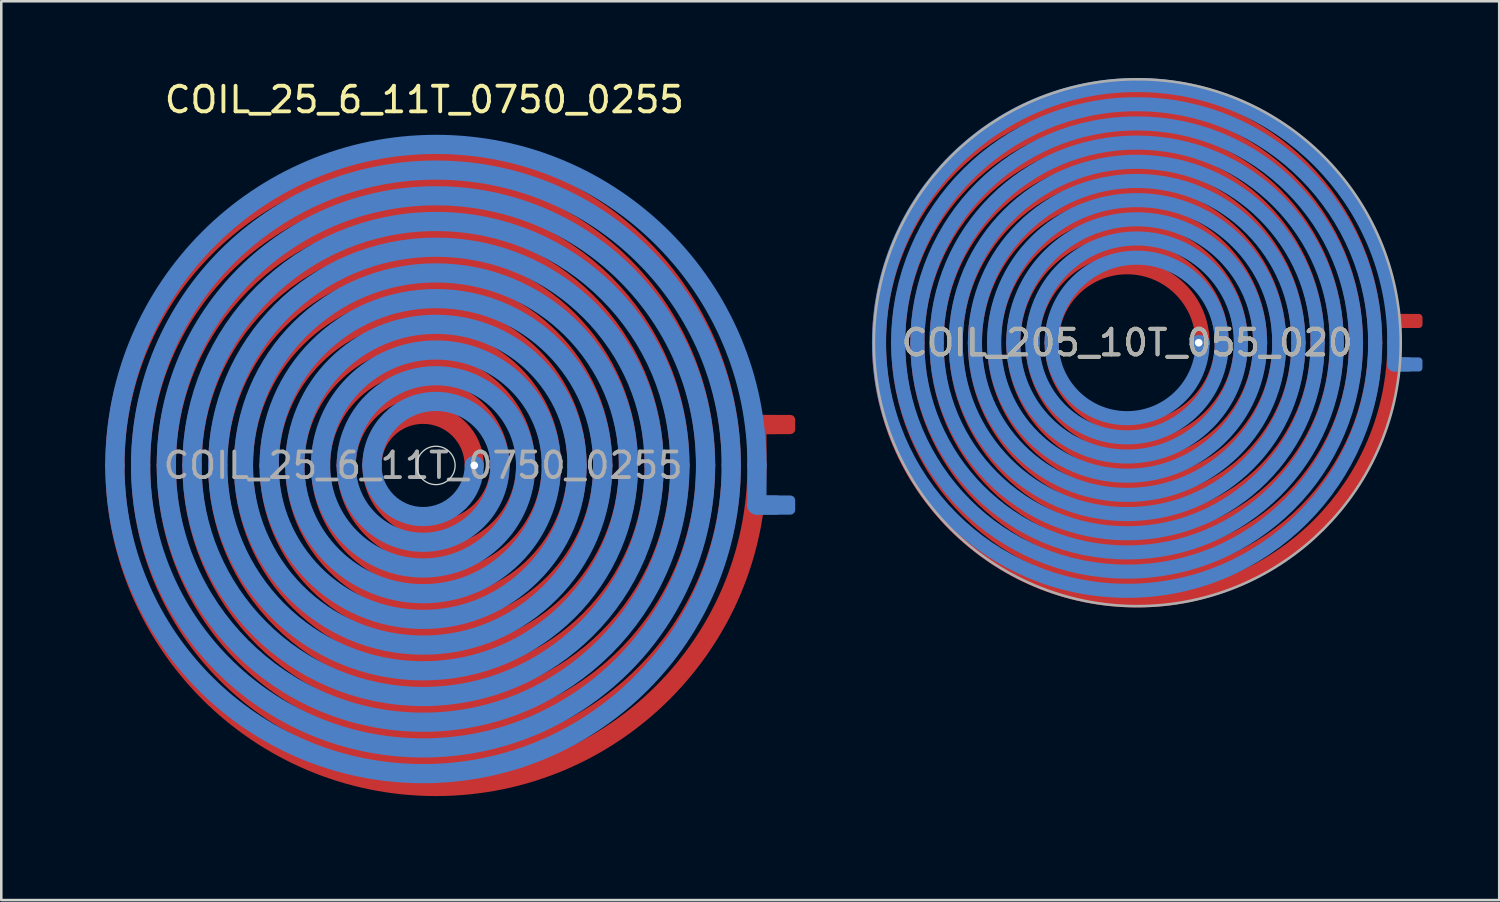
<source format=kicad_pcb>
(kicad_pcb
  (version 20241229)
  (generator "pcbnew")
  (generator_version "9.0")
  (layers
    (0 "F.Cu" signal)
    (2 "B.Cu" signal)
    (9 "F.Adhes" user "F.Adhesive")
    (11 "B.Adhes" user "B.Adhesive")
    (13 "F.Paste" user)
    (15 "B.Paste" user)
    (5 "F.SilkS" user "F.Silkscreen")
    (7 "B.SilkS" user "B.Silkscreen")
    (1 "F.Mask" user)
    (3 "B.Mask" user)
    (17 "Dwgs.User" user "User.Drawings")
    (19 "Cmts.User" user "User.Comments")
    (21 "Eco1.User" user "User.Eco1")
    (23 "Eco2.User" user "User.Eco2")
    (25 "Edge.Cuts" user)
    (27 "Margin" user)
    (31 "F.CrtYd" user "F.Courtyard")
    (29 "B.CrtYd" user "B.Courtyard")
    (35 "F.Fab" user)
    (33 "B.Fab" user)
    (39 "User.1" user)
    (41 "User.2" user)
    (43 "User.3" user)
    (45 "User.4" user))
  (footprint "COIL_25_6_11T_0750_0255"
    (layer "F.Cu")
    (at 13.995 15.148)
    (property "Reference" "COIL_25_6_11T_0750_0255" (at -0.453 -14.3 0) (unlocked yes) (layer "F.SilkS") (effects (font (size 1 1) (thickness 0.15))))
    (attr smd allow_missing_courtyard)
    (fp_line (start 12.547 -1.6) (end 13.297 -1.6) (stroke (width 0.75) (type default)) (layer "F.Cu"))
    (fp_line (start 12.553 0) (end 12.547 -1.6) (stroke (width 0.75) (type default)) (layer "F.Cu"))
    (fp_arc (start -12.5525 0) (mid -0.5025 -12.05) (end 11.5475 0) (stroke (width 0.75) (type default)) (layer "F.Cu"))
    (fp_arc (start -11.5475 0) (mid -0.5025 -11.045) (end 10.5425 0) (stroke (width 0.75) (type default)) (layer "F.Cu"))
    (fp_arc (start -10.5425 0) (mid -0.5025 -10.04) (end 9.5375 0) (stroke (width 0.75) (type default)) (layer "F.Cu"))
    (fp_arc (start -9.5375 0) (mid -0.5025 -9.035) (end 8.5325 0) (stroke (width 0.75) (type default)) (layer "F.Cu"))
    (fp_arc (start -8.5325 0) (mid -0.5025 -8.03) (end 7.5275 0) (stroke (width 0.75) (type default)) (layer "F.Cu"))
    (fp_arc (start -7.5275 0) (mid -0.5025 -7.025) (end 6.5225 0) (stroke (width 0.75) (type default)) (layer "F.Cu"))
    (fp_arc (start -6.5225 0) (mid -0.5025 -6.02) (end 5.5175 0) (stroke (width 0.75) (type default)) (layer "F.Cu"))
    (fp_arc (start -5.5175 0) (mid -0.5025 -5.015) (end 4.5125 0) (stroke (width 0.75) (type default)) (layer "F.Cu"))
    (fp_arc (start -4.5125 0) (mid -0.5025 -4.01) (end 3.5075 0) (stroke (width 0.75) (type default)) (layer "F.Cu"))
    (fp_arc (start -3.5075 0) (mid -0.5025 -3.005) (end 2.5025 0) (stroke (width 0.75) (type default)) (layer "F.Cu"))
    (fp_arc (start -2.5025 0) (mid -0.5025 -2) (end 1.4975 0) (stroke (width 0.75) (type default)) (layer "F.Cu"))
    (fp_arc (start 2.5025 0) (mid -0.0005 2.503) (end -2.5025 0) (stroke (width 0.75) (type default)) (layer "F.Cu"))
    (fp_arc (start 3.5075 0) (mid -0.0005 3.508) (end -3.5075 0) (stroke (width 0.75) (type default)) (layer "F.Cu"))
    (fp_arc (start 4.5125 0) (mid -0.0005 4.513) (end -4.5125 0) (stroke (width 0.75) (type default)) (layer "F.Cu"))
    (fp_arc (start 5.5175 0) (mid -0.0005 5.518) (end -5.5175 0) (stroke (width 0.75) (type default)) (layer "F.Cu"))
    (fp_arc (start 6.5225 0) (mid -0.0005 6.523) (end -6.5225 0) (stroke (width 0.75) (type default)) (layer "F.Cu"))
    (fp_arc (start 7.5275 0) (mid -0.0005 7.527) (end -7.5275 0) (stroke (width 0.75) (type default)) (layer "F.Cu"))
    (fp_arc (start 8.5325 0) (mid -0.0005 8.533) (end -8.5325 0) (stroke (width 0.75) (type default)) (layer "F.Cu"))
    (fp_arc (start 9.5375 0) (mid -0.0005 9.537) (end -9.5375 0) (stroke (width 0.75) (type default)) (layer "F.Cu"))
    (fp_arc (start 10.5425 0) (mid -0.0005 10.542) (end -10.5425 0) (stroke (width 0.75) (type default)) (layer "F.Cu"))
    (fp_arc (start 11.5475 0) (mid -0.0005 11.547) (end -11.5475 0) (stroke (width 0.75) (type default)) (layer "F.Cu"))
    (fp_arc (start 12.5525 0) (mid -0.0005 12.552) (end -12.5525 0) (stroke (width 0.75) (type default)) (layer "F.Cu"))
    (fp_line (start 12.547 1.55) (end 13.297 1.55) (stroke (width 0.75) (type default)) (layer "B.Cu"))
    (fp_line (start 12.553 0) (end 12.55 1.55) (stroke (width 0.75) (type default)) (layer "B.Cu"))
    (fp_arc (start -12.5525 0) (mid -0.0005 -12.552) (end 12.5525 0) (stroke (width 0.75) (type default)) (layer "B.Cu"))
    (fp_arc (start -11.5475 0) (mid -0.0005 -11.547) (end 11.5475 0) (stroke (width 0.75) (type default)) (layer "B.Cu"))
    (fp_arc (start -10.5425 0) (mid -0.0005 -10.542) (end 10.5425 0) (stroke (width 0.75) (type default)) (layer "B.Cu"))
    (fp_arc (start -9.5375 0) (mid -0.0005 -9.537) (end 9.5375 0) (stroke (width 0.75) (type default)) (layer "B.Cu"))
    (fp_arc (start -8.5325 0) (mid -0.0005 -8.533) (end 8.5325 0) (stroke (width 0.75) (type default)) (layer "B.Cu"))
    (fp_arc (start -7.5275 0) (mid -0.0005 -7.527) (end 7.5275 0) (stroke (width 0.75) (type default)) (layer "B.Cu"))
    (fp_arc (start -6.5225 0) (mid -0.0005 -6.523) (end 6.5225 0) (stroke (width 0.75) (type default)) (layer "B.Cu"))
    (fp_arc (start -5.5175 0) (mid -0.0005 -5.518) (end 5.5175 0) (stroke (width 0.75) (type default)) (layer "B.Cu"))
    (fp_arc (start -4.5125 0) (mid -0.0005 -4.513) (end 4.5125 0) (stroke (width 0.75) (type default)) (layer "B.Cu"))
    (fp_arc (start -3.5075 0) (mid -0.0005 -3.508) (end 3.5075 0) (stroke (width 0.75) (type default)) (layer "B.Cu"))
    (fp_arc (start -2.5025 0) (mid -0.0005 -2.503) (end 2.5025 0) (stroke (width 0.75) (type default)) (layer "B.Cu"))
    (fp_arc (start 1.4975 0) (mid -0.5025 2) (end -2.5025 0) (stroke (width 0.75) (type default)) (layer "B.Cu"))
    (fp_arc (start 2.5025 0) (mid -0.5025 3.005) (end -3.5075 0) (stroke (width 0.75) (type default)) (layer "B.Cu"))
    (fp_arc (start 3.5075 0) (mid -0.5025 4.01) (end -4.5125 0) (stroke (width 0.75) (type default)) (layer "B.Cu"))
    (fp_arc (start 4.5125 0) (mid -0.5025 5.015) (end -5.5175 0) (stroke (width 0.75) (type default)) (layer "B.Cu"))
    (fp_arc (start 5.5175 0) (mid -0.5025 6.02) (end -6.5225 0) (stroke (width 0.75) (type default)) (layer "B.Cu"))
    (fp_arc (start 6.5225 0) (mid -0.5025 7.025) (end -7.5275 0) (stroke (width 0.75) (type default)) (layer "B.Cu"))
    (fp_arc (start 7.5275 0) (mid -0.5025 8.03) (end -8.5325 0) (stroke (width 0.75) (type default)) (layer "B.Cu"))
    (fp_arc (start 8.5325 0) (mid -0.5025 9.035) (end -9.5375 0) (stroke (width 0.75) (type default)) (layer "B.Cu"))
    (fp_arc (start 9.5375 0) (mid -0.5025 10.04) (end -10.5425 0) (stroke (width 0.75) (type default)) (layer "B.Cu"))
    (fp_arc (start 10.5425 0) (mid -0.5025 11.045) (end -11.5475 0) (stroke (width 0.75) (type default)) (layer "B.Cu"))
    (fp_arc (start 11.5475 0) (mid -0.5025 12.05) (end -12.5525 0) (stroke (width 0.75) (type default)) (layer "B.Cu"))
    (fp_circle (center 0 0) (end 0.75 0) (stroke (width 0.05) (type default)) (fill no) (layer "Edge.Cuts"))
    (fp_text user "${REFERENCE}" (at -0.502 0 0) (unlocked yes) (layer "F.Fab") (effects (font (size 1 1) (thickness 0.15))))
    (pad "0" thru_hole circle (at 1.498 0) (size 0.6 0.6) (drill 0.3) (layers "*.Cu") (remove_unused_layers yes) (keep_end_layers yes) (zone_layer_connections))
    (pad "1" smd roundrect (at 13.297 -1.6) (size 1.5 0.75) (layers "F.Cu") (roundrect_rratio 0.25))
    (pad "2" smd roundrect (at 13.297 1.55) (size 1.5 0.75) (layers "B.Cu") (roundrect_rratio 0.25))
    (zone (net_name "") (layers "F.Cu" "B.Cu") (hatch edge 0.5) (connect_pads) (min_thickness 0.25) (filled_areas_thickness no) (keepout (tracks allowed) (vias allowed) (pads allowed) (copperpour not_allowed) (footprints allowed)) (placement (enabled no)) (fill) (polygon (pts (xy 27.99 14.782) (xy 27.952 14.05) (xy 27.875 13.321) (xy 27.761 12.597) (xy 27.608 11.88) (xy 27.419 11.172) (xy 27.192 10.475) (xy 26.93 9.791) (xy 26.631 9.121) (xy 26.299 8.468) (xy 25.932 7.833) (xy 25.533 7.219) (xy 25.102 6.626) (xy 24.641 6.056) (xy 24.15 5.511) (xy 23.632 4.993) (xy 23.087 4.503) (xy 22.518 4.041) (xy 21.925 3.61) (xy 21.31 3.211) (xy 20.675 2.845) (xy 20.022 2.512) (xy 19.353 2.214) (xy 18.668 1.951) (xy 17.971 1.725) (xy 17.263 1.535) (xy 16.547 1.383) (xy 15.823 1.268) (xy 15.094 1.191) (xy 14.362 1.153) (xy 13.629 1.153) (xy 12.897 1.191) (xy 12.168 1.268) (xy 11.444 1.383) (xy 10.727 1.535) (xy 10.019 1.725) (xy 9.322 1.951) (xy 8.638 2.214) (xy 7.968 2.512) (xy 7.315 2.845) (xy 6.68 3.211) (xy 6.066 3.61) (xy 5.473 4.041) (xy 4.903 4.503) (xy 4.358 4.993) (xy 3.84 5.511) (xy 3.35 6.056) (xy 2.888 6.626) (xy 2.457 7.219) (xy 2.058 7.833) (xy 1.692 8.468) (xy 1.359 9.121) (xy 1.061 9.791) (xy 0.798 10.475) (xy 0.572 11.172) (xy 0.382 11.88) (xy 0.23 12.597) (xy 0.115 13.321) (xy 0.038 14.05) (xy 0 14.782) (xy 0 15.515) (xy 0.038 16.247) (xy 0.115 16.976) (xy 0.23 17.7) (xy 0.382 18.416) (xy 0.572 19.124) (xy 0.798 19.822) (xy 1.061 20.506) (xy 1.359 21.175) (xy 1.692 21.828) (xy 2.058 22.463) (xy 2.457 23.078) (xy 2.888 23.671) (xy 3.35 24.241) (xy 3.84 24.785) (xy 4.358 25.303) (xy 4.903 25.794) (xy 5.473 26.255) (xy 6.066 26.686) (xy 6.68 27.085) (xy 7.315 27.452) (xy 7.968 27.784) (xy 8.638 28.083) (xy 9.322 28.345) (xy 10.019 28.572) (xy 10.727 28.761) (xy 11.444 28.914) (xy 12.168 29.028) (xy 12.897 29.105) (xy 13.629 29.143) (xy 14.362 29.143) (xy 15.094 29.105) (xy 15.823 29.028) (xy 16.547 28.914) (xy 17.263 28.761) (xy 17.971 28.572) (xy 18.668 28.345) (xy 19.353 28.083) (xy 20.022 27.784) (xy 20.675 27.452) (xy 21.31 27.085) (xy 21.925 26.686) (xy 22.518 26.255) (xy 23.087 25.794) (xy 23.632 25.303) (xy 24.15 24.785) (xy 24.641 24.241) (xy 25.102 23.671) (xy 25.533 23.078) (xy 25.932 22.463) (xy 26.299 21.828) (xy 26.631 21.175) (xy 26.93 20.506) (xy 27.192 19.822) (xy 27.419 19.124) (xy 27.608 18.416) (xy 27.761 17.7) (xy 27.875 16.976) (xy 27.952 16.247) (xy 27.99 15.515)))))
  (footprint "COIL_205_10T_055_020"
    (layer "F.Cu")
    (at 41.418 10.35)
    (property "Reference" "COIL_205_10T_055_020" (at -0.4 0 0) (unlocked yes) (layer "F.SilkS") (effects (font (size 1 1) (thickness 0.15))))
    (attr smd exclude_from_pos_files exclude_from_bom allow_missing_courtyard)
    (fp_line (start 2.55 0) (end 2.4 0) (stroke (width 0.55) (type default)) (layer "F.Cu"))
    (fp_line (start 10.05 -0.85) (end 10.6 -0.85) (stroke (width 0.55) (type default)) (layer "F.Cu"))
    (fp_line (start 10.05 0) (end 10.05 -0.85) (stroke (width 0.55) (type default)) (layer "F.Cu"))
    (fp_arc (start -10.1 0) (mid -0.4 -9.7) (end 9.3 0) (stroke (width 0.55) (type default)) (layer "F.Cu"))
    (fp_arc (start -9.35 0) (mid -0.4 -8.95) (end 8.55 0) (stroke (width 0.55) (type default)) (layer "F.Cu"))
    (fp_arc (start -8.6 0) (mid -0.4 -8.2) (end 7.8 0) (stroke (width 0.55) (type default)) (layer "F.Cu"))
    (fp_arc (start -7.85 0) (mid -0.4 -7.45) (end 7.05 0) (stroke (width 0.55) (type default)) (layer "F.Cu"))
    (fp_arc (start -7.1 0) (mid -0.4 -6.7) (end 6.3 0) (stroke (width 0.55) (type default)) (layer "F.Cu"))
    (fp_arc (start -6.35 0) (mid -0.4 -5.95) (end 5.55 0) (stroke (width 0.55) (type default)) (layer "F.Cu"))
    (fp_arc (start -5.6 0) (mid -0.4 -5.2) (end 4.8 0) (stroke (width 0.55) (type default)) (layer "F.Cu"))
    (fp_arc (start -4.85 0) (mid -0.4 -4.45) (end 4.05 0) (stroke (width 0.55) (type default)) (layer "F.Cu"))
    (fp_arc (start -4.1 0) (mid -0.4 -3.7) (end 3.3 0) (stroke (width 0.55) (type default)) (layer "F.Cu"))
    (fp_arc (start -3.35 0) (mid -0.4 -2.95) (end 2.55 0) (stroke (width 0.55) (type default)) (layer "F.Cu"))
    (fp_arc (start 3.3 0) (mid -0.025 3.325) (end -3.35 0) (stroke (width 0.55) (type default)) (layer "F.Cu"))
    (fp_arc (start 4.05 0) (mid -0.025 4.075) (end -4.1 0) (stroke (width 0.55) (type default)) (layer "F.Cu"))
    (fp_arc (start 4.8 0) (mid -0.025 4.825) (end -4.85 0) (stroke (width 0.55) (type default)) (layer "F.Cu"))
    (fp_arc (start 5.55 0) (mid -0.025 5.575) (end -5.6 0) (stroke (width 0.55) (type default)) (layer "F.Cu"))
    (fp_arc (start 6.3 0) (mid -0.025 6.325) (end -6.35 0) (stroke (width 0.55) (type default)) (layer "F.Cu"))
    (fp_arc (start 7.05 0) (mid -0.025 7.075) (end -7.1 0) (stroke (width 0.55) (type default)) (layer "F.Cu"))
    (fp_arc (start 7.8 0) (mid -0.025 7.825) (end -7.85 0) (stroke (width 0.55) (type default)) (layer "F.Cu"))
    (fp_arc (start 8.55 0) (mid -0.025 8.575) (end -8.6 0) (stroke (width 0.55) (type default)) (layer "F.Cu"))
    (fp_arc (start 9.3 0) (mid -0.025 9.325) (end -9.35 0) (stroke (width 0.55) (type default)) (layer "F.Cu"))
    (fp_arc (start 10.05 0) (mid -0.025 10.075) (end -10.1 0) (stroke (width 0.55) (type default)) (layer "F.Cu"))
    (fp_line (start 2.55 0) (end 2.4 0) (stroke (width 0.55) (type default)) (layer "B.Cu"))
    (fp_line (start 10.05 0) (end 10.05 0.85) (stroke (width 0.55) (type default)) (layer "B.Cu"))
    (fp_line (start 10.05 0.85) (end 10.6 0.85) (stroke (width 0.55) (type default)) (layer "B.Cu"))
    (fp_arc (start -10.1 0) (mid -0.025 -10.075) (end 10.05 0) (stroke (width 0.55) (type default)) (layer "B.Cu"))
    (fp_arc (start -9.35 0) (mid -0.025 -9.325) (end 9.3 0) (stroke (width 0.55) (type default)) (layer "B.Cu"))
    (fp_arc (start -8.6 0) (mid -0.025 -8.575) (end 8.55 0) (stroke (width 0.55) (type default)) (layer "B.Cu"))
    (fp_arc (start -7.85 0) (mid -0.025 -7.825) (end 7.8 0) (stroke (width 0.55) (type default)) (layer "B.Cu"))
    (fp_arc (start -7.1 0) (mid -0.025 -7.075) (end 7.05 0) (stroke (width 0.55) (type default)) (layer "B.Cu"))
    (fp_arc (start -6.35 0) (mid -0.025 -6.325) (end 6.3 0) (stroke (width 0.55) (type default)) (layer "B.Cu"))
    (fp_arc (start -5.6 0) (mid -0.025 -5.575) (end 5.55 0) (stroke (width 0.55) (type default)) (layer "B.Cu"))
    (fp_arc (start -4.85 0) (mid -0.025 -4.825) (end 4.8 0) (stroke (width 0.55) (type default)) (layer "B.Cu"))
    (fp_arc (start -4.1 0) (mid -0.025 -4.075) (end 4.05 0) (stroke (width 0.55) (type default)) (layer "B.Cu"))
    (fp_arc (start -3.35 0) (mid -0.025 -3.325) (end 3.3 0) (stroke (width 0.55) (type default)) (layer "B.Cu"))
    (fp_arc (start 2.55 0) (mid -0.4 2.95) (end -3.35 0) (stroke (width 0.55) (type default)) (layer "B.Cu"))
    (fp_arc (start 3.3 0) (mid -0.4 3.7) (end -4.1 0) (stroke (width 0.55) (type default)) (layer "B.Cu"))
    (fp_arc (start 4.05 0) (mid -0.4 4.45) (end -4.85 0) (stroke (width 0.55) (type default)) (layer "B.Cu"))
    (fp_arc (start 4.8 0) (mid -0.4 5.2) (end -5.6 0) (stroke (width 0.55) (type default)) (layer "B.Cu"))
    (fp_arc (start 5.55 0) (mid -0.4 5.95) (end -6.35 0) (stroke (width 0.55) (type default)) (layer "B.Cu"))
    (fp_arc (start 6.3 0) (mid -0.4 6.7) (end -7.1 0) (stroke (width 0.55) (type default)) (layer "B.Cu"))
    (fp_arc (start 7.05 0) (mid -0.4 7.45) (end -7.85 0) (stroke (width 0.55) (type default)) (layer "B.Cu"))
    (fp_arc (start 7.8 0) (mid -0.4 8.2) (end -8.6 0) (stroke (width 0.55) (type default)) (layer "B.Cu"))
    (fp_arc (start 8.55 0) (mid -0.4 8.95) (end -9.35 0) (stroke (width 0.55) (type default)) (layer "B.Cu"))
    (fp_arc (start 9.3 0) (mid -0.4 9.7) (end -10.1 0) (stroke (width 0.55) (type default)) (layer "B.Cu"))
    (fp_circle (center 0 0) (end 0 10.3) (stroke (width 0.1) (type solid)) (fill no) (layer "F.Fab"))
    (fp_text user "${REFERENCE}" (at -0.4 0 0) (unlocked yes) (layer "F.Fab") (effects (font (size 1 1) (thickness 0.15))))
    (pad "0" thru_hole circle (at 2.4 0) (size 0.6 0.6) (drill 0.3) (layers "*.Cu") (remove_unused_layers yes) (keep_end_layers yes) (zone_layer_connections))
    (pad "1" smd roundrect (at 10.6 -0.85) (size 1.1 0.55) (layers "F.Cu") (roundrect_rratio 0.25))
    (pad "2" smd roundrect (at 10.6 0.85) (size 1.1 0.55) (layers "B.Cu") (roundrect_rratio 0.25)))
  (gr_rect
    (start -3 -3)
    (end 55.568 32.143)
    (stroke (width 0.1) (type default))
    (fill no)
    (layer "Edge.Cuts")))
</source>
